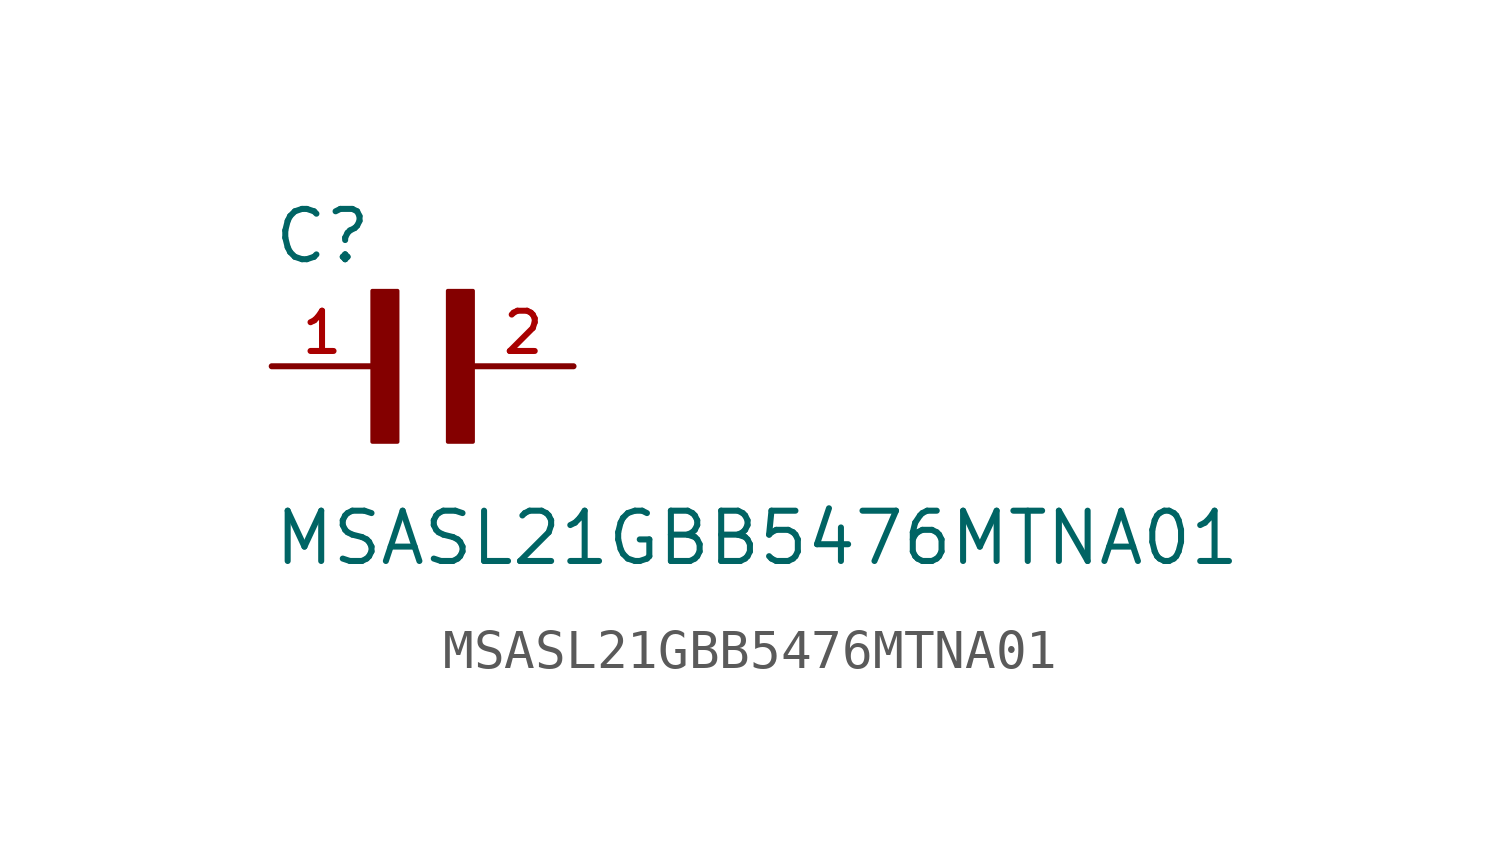
<source format=kicad_sym>
(kicad_symbol_lib
  (version 20211014)
  (generator kicad_symbol_editor)
  (symbol "MSASL21GBB5476MTNA01"
    (pin_names
      (offset 1.016))
    (property "Reference" "C"
      (at -2.54 2.54 0)
      (effects (font (size 1.27 1.27)) (justify bottom left)))
    (property "Value" "MSASL21GBB5476MTNA01"
      (at -2.54 -5.08 0)
      (effects (font (size 1.27 1.27)) (justify bottom left)))
    (symbol "MSASL21GBB5476MTNA01_0_0"
      (rectangle (start 0.0 -1.907) (end 0.635 1.905) (stroke (width 0.1)) (fill (type outline)))
      (rectangle (start 1.907 -1.907) (end 2.54 1.905) (stroke (width 0.1)) (fill (type outline)))
      (pin passive line (at -2.54 0.0 0) (length 2.54) (name "~" (effects (font (size 1.016 1.016)))) (number "1" (effects (font (size 1.016 1.016)))))
      (pin passive line (at 5.08 0.0 180.0) (length 2.54) (name "~" (effects (font (size 1.016 1.016)))) (number "2" (effects (font (size 1.016 1.016))))))))
</source>
